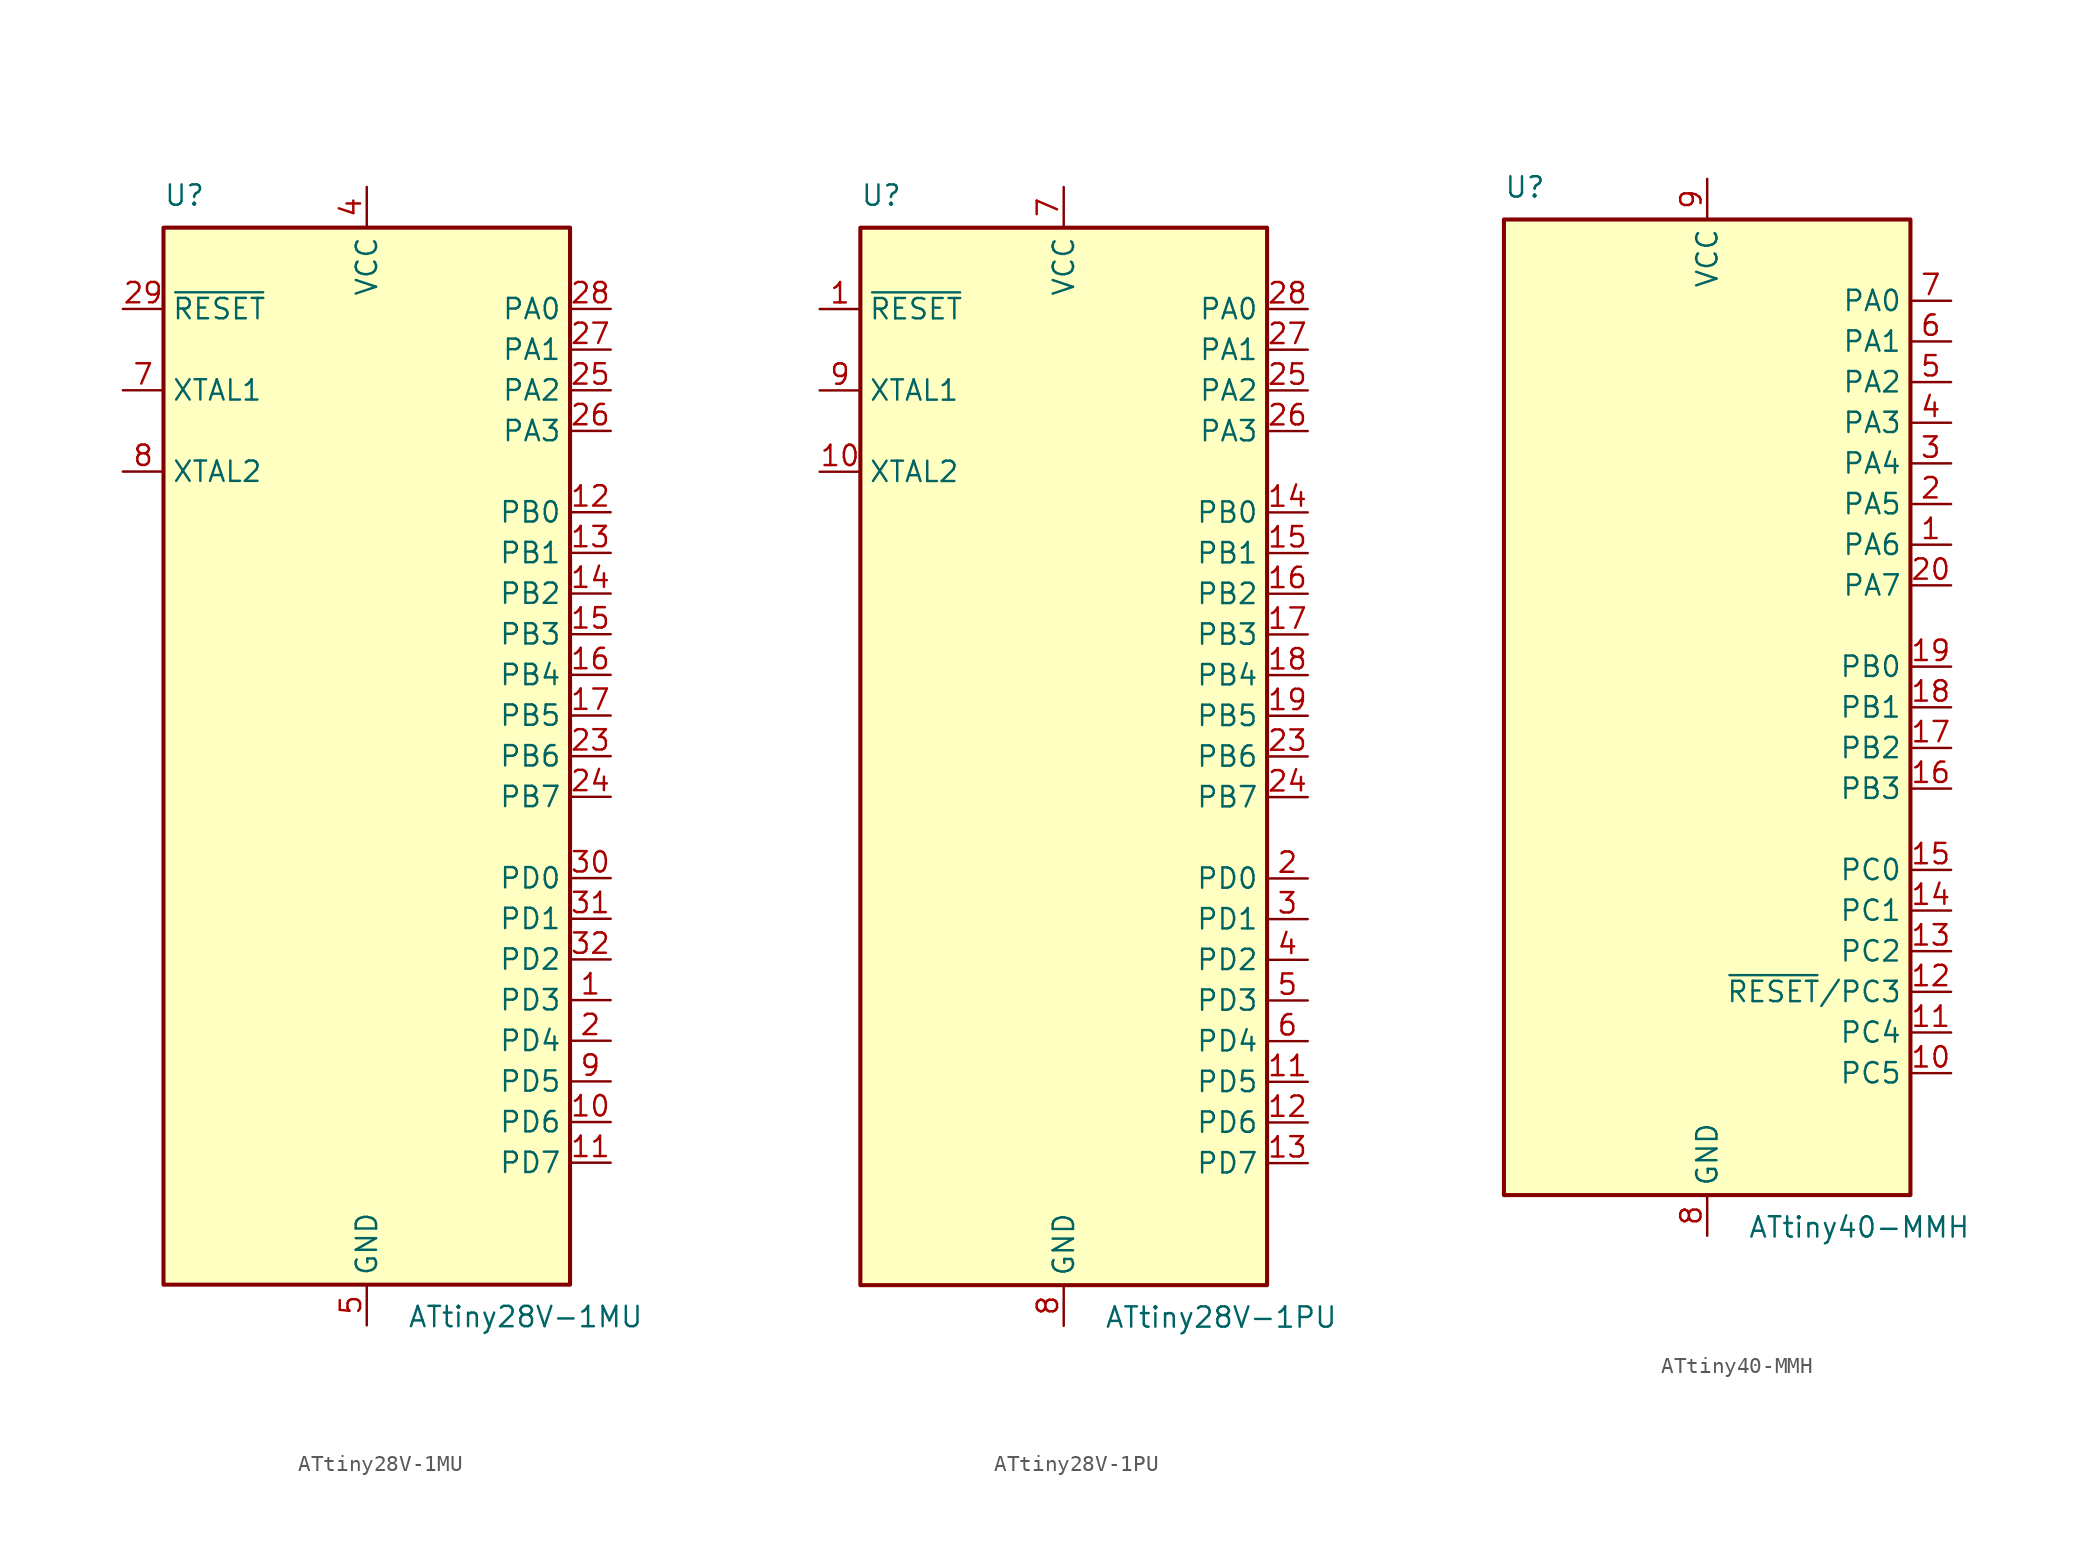
<source format=kicad_sym>
(kicad_symbol_lib
  (version 20211014)
  (generator kicad_symbol_editor)
  (symbol "ATtiny28V-1MU"
    (property "Reference" "U"
      (at -12.7 34.29 0)
      (effects (font (size 1.27 1.27)) (justify left bottom)))
    (property "Value" "ATtiny28V-1MU"
      (at 2.54 -34.29 0)
      (effects (font (size 1.27 1.27)) (justify left top)))
    (symbol "ATtiny28V-1MU_0_1"
      (rectangle (start -12.7 -33.02) (end 12.7 33.02) (stroke (width 0.254) (type default) (color 0 0 0 0)) (fill (type background))))
    (symbol "ATtiny28V-1MU_1_1"
      (pin bidirectional line (at 15.24 -15.24 180) (length 2.54) (name "PD3" (effects (font (size 1.27 1.27)))) (number "1" (effects (font (size 1.27 1.27)))))
      (pin bidirectional line (at 15.24 -22.86 180) (length 2.54) (name "PD6" (effects (font (size 1.27 1.27)))) (number "10" (effects (font (size 1.27 1.27)))))
      (pin bidirectional line (at 15.24 -25.4 180) (length 2.54) (name "PD7" (effects (font (size 1.27 1.27)))) (number "11" (effects (font (size 1.27 1.27)))))
      (pin bidirectional line (at 15.24 15.24 180) (length 2.54) (name "PB0" (effects (font (size 1.27 1.27)))) (number "12" (effects (font (size 1.27 1.27)))))
      (pin bidirectional line (at 15.24 12.7 180) (length 2.54) (name "PB1" (effects (font (size 1.27 1.27)))) (number "13" (effects (font (size 1.27 1.27)))))
      (pin bidirectional line (at 15.24 10.16 180) (length 2.54) (name "PB2" (effects (font (size 1.27 1.27)))) (number "14" (effects (font (size 1.27 1.27)))))
      (pin bidirectional line (at 15.24 7.62 180) (length 2.54) (name "PB3" (effects (font (size 1.27 1.27)))) (number "15" (effects (font (size 1.27 1.27)))))
      (pin bidirectional line (at 15.24 5.08 180) (length 2.54) (name "PB4" (effects (font (size 1.27 1.27)))) (number "16" (effects (font (size 1.27 1.27)))))
      (pin bidirectional line (at 15.24 2.54 180) (length 2.54) (name "PB5" (effects (font (size 1.27 1.27)))) (number "17" (effects (font (size 1.27 1.27)))))
      (pin passive line (at 0 35.56 270) (length 2.54) hide (name "VCC" (effects (font (size 1.27 1.27)))) (number "18" (effects (font (size 1.27 1.27)))))
      (pin no_connect line (at -12.7 -25.4 0) (length 2.54) hide (name "NC" (effects (font (size 1.27 1.27)))) (number "19" (effects (font (size 1.27 1.27)))))
      (pin bidirectional line (at 15.24 -17.78 180) (length 2.54) (name "PD4" (effects (font (size 1.27 1.27)))) (number "2" (effects (font (size 1.27 1.27)))))
      (pin no_connect line (at -12.7 -27.94 0) (length 2.54) hide (name "NC" (effects (font (size 1.27 1.27)))) (number "20" (effects (font (size 1.27 1.27)))))
      (pin passive line (at 0 -35.56 90) (length 2.54) hide (name "GND" (effects (font (size 1.27 1.27)))) (number "21" (effects (font (size 1.27 1.27)))))
      (pin no_connect line (at -12.7 -30.48 0) (length 2.54) hide (name "NC" (effects (font (size 1.27 1.27)))) (number "22" (effects (font (size 1.27 1.27)))))
      (pin bidirectional line (at 15.24 0 180) (length 2.54) (name "PB6" (effects (font (size 1.27 1.27)))) (number "23" (effects (font (size 1.27 1.27)))))
      (pin bidirectional line (at 15.24 -2.54 180) (length 2.54) (name "PB7" (effects (font (size 1.27 1.27)))) (number "24" (effects (font (size 1.27 1.27)))))
      (pin bidirectional line (at 15.24 22.86 180) (length 2.54) (name "PA2" (effects (font (size 1.27 1.27)))) (number "25" (effects (font (size 1.27 1.27)))))
      (pin bidirectional line (at 15.24 20.32 180) (length 2.54) (name "PA3" (effects (font (size 1.27 1.27)))) (number "26" (effects (font (size 1.27 1.27)))))
      (pin bidirectional line (at 15.24 25.4 180) (length 2.54) (name "PA1" (effects (font (size 1.27 1.27)))) (number "27" (effects (font (size 1.27 1.27)))))
      (pin bidirectional line (at 15.24 27.94 180) (length 2.54) (name "PA0" (effects (font (size 1.27 1.27)))) (number "28" (effects (font (size 1.27 1.27)))))
      (pin input line (at -15.24 27.94 0) (length 2.54) (name "~{RESET}" (effects (font (size 1.27 1.27)))) (number "29" (effects (font (size 1.27 1.27)))))
      (pin no_connect line (at -12.7 -20.32 0) (length 2.54) hide (name "NC" (effects (font (size 1.27 1.27)))) (number "3" (effects (font (size 1.27 1.27)))))
      (pin bidirectional line (at 15.24 -7.62 180) (length 2.54) (name "PD0" (effects (font (size 1.27 1.27)))) (number "30" (effects (font (size 1.27 1.27)))))
      (pin bidirectional line (at 15.24 -10.16 180) (length 2.54) (name "PD1" (effects (font (size 1.27 1.27)))) (number "31" (effects (font (size 1.27 1.27)))))
      (pin bidirectional line (at 15.24 -12.7 180) (length 2.54) (name "PD2" (effects (font (size 1.27 1.27)))) (number "32" (effects (font (size 1.27 1.27)))))
      (pin passive line (at 0 -35.56 90) (length 2.54) hide (name "GND" (effects (font (size 1.27 1.27)))) (number "33" (effects (font (size 1.27 1.27)))))
      (pin power_in line (at 0 35.56 270) (length 2.54) (name "VCC" (effects (font (size 1.27 1.27)))) (number "4" (effects (font (size 1.27 1.27)))))
      (pin power_in line (at 0 -35.56 90) (length 2.54) (name "GND" (effects (font (size 1.27 1.27)))) (number "5" (effects (font (size 1.27 1.27)))))
      (pin no_connect line (at -12.7 -22.86 0) (length 2.54) hide (name "NC" (effects (font (size 1.27 1.27)))) (number "6" (effects (font (size 1.27 1.27)))))
      (pin input line (at -15.24 22.86 0) (length 2.54) (name "XTAL1" (effects (font (size 1.27 1.27)))) (number "7" (effects (font (size 1.27 1.27)))))
      (pin output line (at -15.24 17.78 0) (length 2.54) (name "XTAL2" (effects (font (size 1.27 1.27)))) (number "8" (effects (font (size 1.27 1.27)))))
      (pin bidirectional line (at 15.24 -20.32 180) (length 2.54) (name "PD5" (effects (font (size 1.27 1.27)))) (number "9" (effects (font (size 1.27 1.27)))))))
  (symbol "ATtiny28V-1PU"
    (property "Reference" "U"
      (at -12.7 34.29 0)
      (effects (font (size 1.27 1.27)) (justify left bottom)))
    (property "Value" "ATtiny28V-1PU"
      (at 2.54 -34.29 0)
      (effects (font (size 1.27 1.27)) (justify left top)))
    (symbol "ATtiny28V-1PU_0_1"
      (rectangle (start -12.7 -33.02) (end 12.7 33.02) (stroke (width 0.254) (type default) (color 0 0 0 0)) (fill (type background))))
    (symbol "ATtiny28V-1PU_1_1"
      (pin input line (at -15.24 27.94 0) (length 2.54) (name "~{RESET}" (effects (font (size 1.27 1.27)))) (number "1" (effects (font (size 1.27 1.27)))))
      (pin output line (at -15.24 17.78 0) (length 2.54) (name "XTAL2" (effects (font (size 1.27 1.27)))) (number "10" (effects (font (size 1.27 1.27)))))
      (pin bidirectional line (at 15.24 -20.32 180) (length 2.54) (name "PD5" (effects (font (size 1.27 1.27)))) (number "11" (effects (font (size 1.27 1.27)))))
      (pin bidirectional line (at 15.24 -22.86 180) (length 2.54) (name "PD6" (effects (font (size 1.27 1.27)))) (number "12" (effects (font (size 1.27 1.27)))))
      (pin bidirectional line (at 15.24 -25.4 180) (length 2.54) (name "PD7" (effects (font (size 1.27 1.27)))) (number "13" (effects (font (size 1.27 1.27)))))
      (pin bidirectional line (at 15.24 15.24 180) (length 2.54) (name "PB0" (effects (font (size 1.27 1.27)))) (number "14" (effects (font (size 1.27 1.27)))))
      (pin bidirectional line (at 15.24 12.7 180) (length 2.54) (name "PB1" (effects (font (size 1.27 1.27)))) (number "15" (effects (font (size 1.27 1.27)))))
      (pin bidirectional line (at 15.24 10.16 180) (length 2.54) (name "PB2" (effects (font (size 1.27 1.27)))) (number "16" (effects (font (size 1.27 1.27)))))
      (pin bidirectional line (at 15.24 7.62 180) (length 2.54) (name "PB3" (effects (font (size 1.27 1.27)))) (number "17" (effects (font (size 1.27 1.27)))))
      (pin bidirectional line (at 15.24 5.08 180) (length 2.54) (name "PB4" (effects (font (size 1.27 1.27)))) (number "18" (effects (font (size 1.27 1.27)))))
      (pin bidirectional line (at 15.24 2.54 180) (length 2.54) (name "PB5" (effects (font (size 1.27 1.27)))) (number "19" (effects (font (size 1.27 1.27)))))
      (pin bidirectional line (at 15.24 -7.62 180) (length 2.54) (name "PD0" (effects (font (size 1.27 1.27)))) (number "2" (effects (font (size 1.27 1.27)))))
      (pin passive line (at 0 35.56 270) (length 2.54) hide (name "VCC" (effects (font (size 1.27 1.27)))) (number "20" (effects (font (size 1.27 1.27)))))
      (pin no_connect line (at -12.7 -30.48 0) (length 2.54) hide (name "NC" (effects (font (size 1.27 1.27)))) (number "21" (effects (font (size 1.27 1.27)))))
      (pin passive line (at 0 -35.56 90) (length 2.54) hide (name "GND" (effects (font (size 1.27 1.27)))) (number "22" (effects (font (size 1.27 1.27)))))
      (pin bidirectional line (at 15.24 0 180) (length 2.54) (name "PB6" (effects (font (size 1.27 1.27)))) (number "23" (effects (font (size 1.27 1.27)))))
      (pin bidirectional line (at 15.24 -2.54 180) (length 2.54) (name "PB7" (effects (font (size 1.27 1.27)))) (number "24" (effects (font (size 1.27 1.27)))))
      (pin bidirectional line (at 15.24 22.86 180) (length 2.54) (name "PA2" (effects (font (size 1.27 1.27)))) (number "25" (effects (font (size 1.27 1.27)))))
      (pin bidirectional line (at 15.24 20.32 180) (length 2.54) (name "PA3" (effects (font (size 1.27 1.27)))) (number "26" (effects (font (size 1.27 1.27)))))
      (pin bidirectional line (at 15.24 25.4 180) (length 2.54) (name "PA1" (effects (font (size 1.27 1.27)))) (number "27" (effects (font (size 1.27 1.27)))))
      (pin bidirectional line (at 15.24 27.94 180) (length 2.54) (name "PA0" (effects (font (size 1.27 1.27)))) (number "28" (effects (font (size 1.27 1.27)))))
      (pin bidirectional line (at 15.24 -10.16 180) (length 2.54) (name "PD1" (effects (font (size 1.27 1.27)))) (number "3" (effects (font (size 1.27 1.27)))))
      (pin bidirectional line (at 15.24 -12.7 180) (length 2.54) (name "PD2" (effects (font (size 1.27 1.27)))) (number "4" (effects (font (size 1.27 1.27)))))
      (pin bidirectional line (at 15.24 -15.24 180) (length 2.54) (name "PD3" (effects (font (size 1.27 1.27)))) (number "5" (effects (font (size 1.27 1.27)))))
      (pin bidirectional line (at 15.24 -17.78 180) (length 2.54) (name "PD4" (effects (font (size 1.27 1.27)))) (number "6" (effects (font (size 1.27 1.27)))))
      (pin power_in line (at 0 35.56 270) (length 2.54) (name "VCC" (effects (font (size 1.27 1.27)))) (number "7" (effects (font (size 1.27 1.27)))))
      (pin power_in line (at 0 -35.56 90) (length 2.54) (name "GND" (effects (font (size 1.27 1.27)))) (number "8" (effects (font (size 1.27 1.27)))))
      (pin input line (at -15.24 22.86 0) (length 2.54) (name "XTAL1" (effects (font (size 1.27 1.27)))) (number "9" (effects (font (size 1.27 1.27)))))))
  (symbol "ATtiny40-MMH"
    (property "Reference" "U"
      (at -12.7 31.75 0)
      (effects (font (size 1.27 1.27)) (justify left bottom)))
    (property "Value" "ATtiny40-MMH"
      (at 2.54 -31.75 0)
      (effects (font (size 1.27 1.27)) (justify left top)))
    (symbol "ATtiny40-MMH_0_1"
      (rectangle (start -12.7 -30.48) (end 12.7 30.48) (stroke (width 0.254) (type default) (color 0 0 0 0)) (fill (type background))))
    (symbol "ATtiny40-MMH_1_1"
      (pin bidirectional line (at 15.24 10.16 180) (length 2.54) (name "PA6" (effects (font (size 1.27 1.27)))) (number "1" (effects (font (size 1.27 1.27)))))
      (pin bidirectional line (at 15.24 -22.86 180) (length 2.54) (name "PC5" (effects (font (size 1.27 1.27)))) (number "10" (effects (font (size 1.27 1.27)))))
      (pin bidirectional line (at 15.24 -20.32 180) (length 2.54) (name "PC4" (effects (font (size 1.27 1.27)))) (number "11" (effects (font (size 1.27 1.27)))))
      (pin bidirectional line (at 15.24 -17.78 180) (length 2.54) (name "~{RESET}/PC3" (effects (font (size 1.27 1.27)))) (number "12" (effects (font (size 1.27 1.27)))))
      (pin bidirectional line (at 15.24 -15.24 180) (length 2.54) (name "PC2" (effects (font (size 1.27 1.27)))) (number "13" (effects (font (size 1.27 1.27)))))
      (pin bidirectional line (at 15.24 -12.7 180) (length 2.54) (name "PC1" (effects (font (size 1.27 1.27)))) (number "14" (effects (font (size 1.27 1.27)))))
      (pin bidirectional line (at 15.24 -10.16 180) (length 2.54) (name "PC0" (effects (font (size 1.27 1.27)))) (number "15" (effects (font (size 1.27 1.27)))))
      (pin bidirectional line (at 15.24 -5.08 180) (length 2.54) (name "PB3" (effects (font (size 1.27 1.27)))) (number "16" (effects (font (size 1.27 1.27)))))
      (pin bidirectional line (at 15.24 -2.54 180) (length 2.54) (name "PB2" (effects (font (size 1.27 1.27)))) (number "17" (effects (font (size 1.27 1.27)))))
      (pin bidirectional line (at 15.24 0 180) (length 2.54) (name "PB1" (effects (font (size 1.27 1.27)))) (number "18" (effects (font (size 1.27 1.27)))))
      (pin bidirectional line (at 15.24 2.54 180) (length 2.54) (name "PB0" (effects (font (size 1.27 1.27)))) (number "19" (effects (font (size 1.27 1.27)))))
      (pin bidirectional line (at 15.24 12.7 180) (length 2.54) (name "PA5" (effects (font (size 1.27 1.27)))) (number "2" (effects (font (size 1.27 1.27)))))
      (pin bidirectional line (at 15.24 7.62 180) (length 2.54) (name "PA7" (effects (font (size 1.27 1.27)))) (number "20" (effects (font (size 1.27 1.27)))))
      (pin passive line (at 0 -33.02 90) (length 2.54) hide (name "GND" (effects (font (size 1.27 1.27)))) (number "21" (effects (font (size 1.27 1.27)))))
      (pin bidirectional line (at 15.24 15.24 180) (length 2.54) (name "PA4" (effects (font (size 1.27 1.27)))) (number "3" (effects (font (size 1.27 1.27)))))
      (pin bidirectional line (at 15.24 17.78 180) (length 2.54) (name "PA3" (effects (font (size 1.27 1.27)))) (number "4" (effects (font (size 1.27 1.27)))))
      (pin bidirectional line (at 15.24 20.32 180) (length 2.54) (name "PA2" (effects (font (size 1.27 1.27)))) (number "5" (effects (font (size 1.27 1.27)))))
      (pin bidirectional line (at 15.24 22.86 180) (length 2.54) (name "PA1" (effects (font (size 1.27 1.27)))) (number "6" (effects (font (size 1.27 1.27)))))
      (pin bidirectional line (at 15.24 25.4 180) (length 2.54) (name "PA0" (effects (font (size 1.27 1.27)))) (number "7" (effects (font (size 1.27 1.27)))))
      (pin power_in line (at 0 -33.02 90) (length 2.54) (name "GND" (effects (font (size 1.27 1.27)))) (number "8" (effects (font (size 1.27 1.27)))))
      (pin power_in line (at 0 33.02 270) (length 2.54) (name "VCC" (effects (font (size 1.27 1.27)))) (number "9" (effects (font (size 1.27 1.27))))))))
</source>
